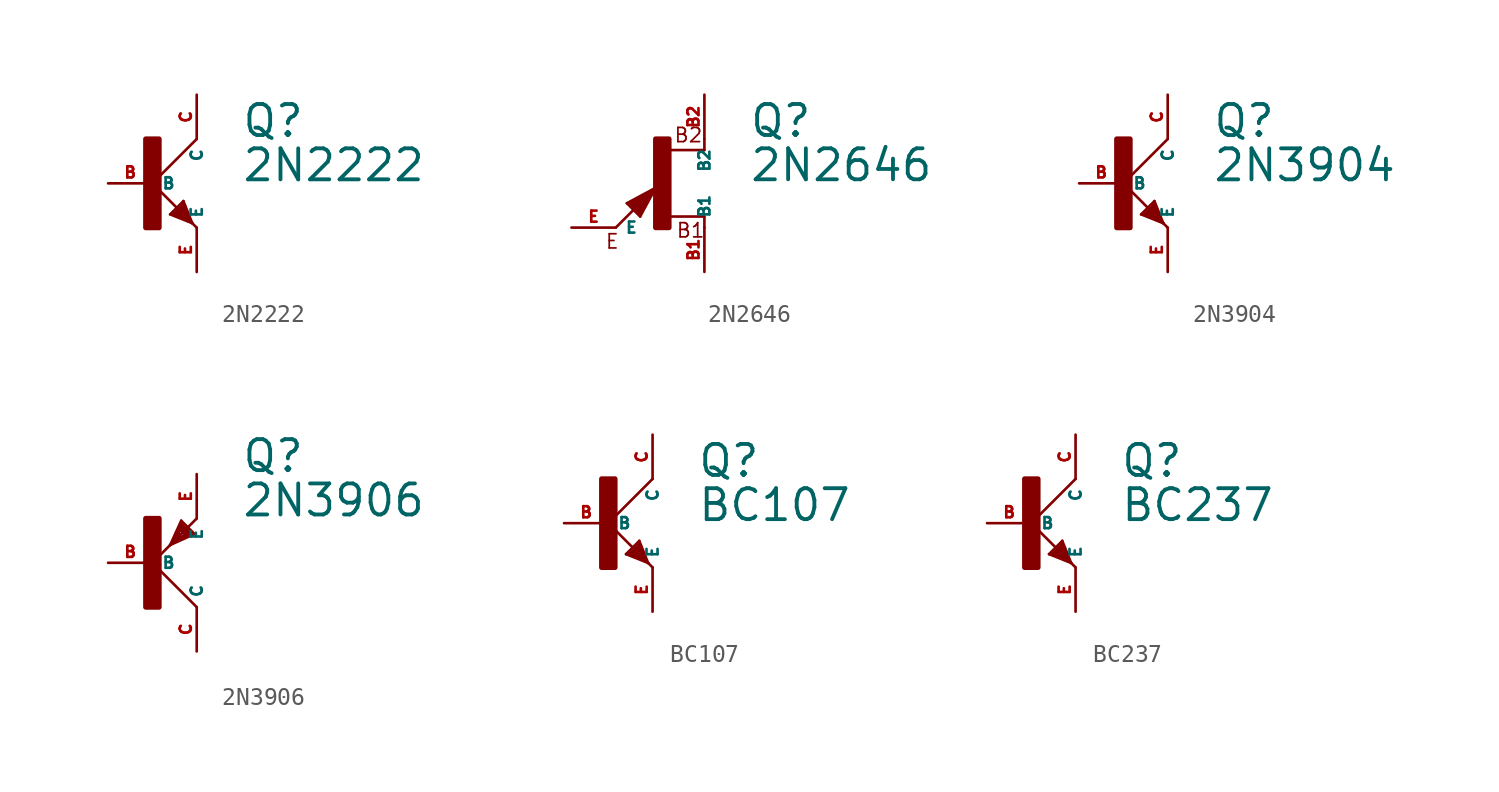
<source format=kicad_sym>
(kicad_symbol_lib
  (version 20220914)
  (generator Eagle2Kicad)
  (symbol "2N2222"
    (property "Reference" "Q"
      (at 5.08 2.54 0)
      (effects (font (size 1.778 1.778) (thickness 0.22)) (justify left bottom)))
    (property "Value" "2N2222"
      (at 5.08 0 0)
      (effects (font (size 1.778 1.778) (thickness 0.22)) (justify left bottom)))
    (polyline
      (pts (xy 2.54 2.54) (xy 0 0))
      (stroke (width 0.152) (type default))
      (fill (type none)))
    (polyline
      (pts (xy 0 0) (xy 2.032 -2.032))
      (stroke (width 0.152) (type default))
      (fill (type none)))
    (polyline
      (pts (xy 2.032 -2.032) (xy 2.286 -2.286))
      (stroke (width 0.152) (type default))
      (fill (type none)))
    (polyline
      (pts (xy 1.778 -1.016) (xy 2.286 -2.286))
      (stroke (width 0.152) (type default))
      (fill (type none)))
    (polyline
      (pts (xy 2.286 -2.286) (xy 2.54 -2.54))
      (stroke (width 0.152) (type default))
      (fill (type none)))
    (polyline
      (pts (xy 2.286 -2.286) (xy 1.016 -1.778))
      (stroke (width 0.152) (type default))
      (fill (type none)))
    (polyline
      (pts (xy 1.016 -1.778) (xy 1.778 -1.016))
      (stroke (width 0.152) (type default))
      (fill (type none)))
    (polyline
      (pts (xy 2.032 -2.032) (xy 1.778 -1.27))
      (stroke (width 0.254) (type default))
      (fill (type none)))
    (polyline
      (pts (xy 1.778 -1.27) (xy 1.27 -1.778))
      (stroke (width 0.254) (type default))
      (fill (type none)))
    (polyline
      (pts (xy 1.27 -1.778) (xy 2.032 -2.032))
      (stroke (width 0.254) (type default))
      (fill (type none)))
    (polyline
      (pts (xy 1.524 -1.778) (xy 1.778 -1.524))
      (stroke (width 0.254) (type default))
      (fill (type none)))
    (rectangle
      (start -0.381 -2.54)
      (end 0.381 2.54)
      (stroke (width 0.3) (type default))
      (fill (type outline)))
    (pin passive line
      (at -2.54 0 0)
      (length 2.54)
      (name "B" (effects (font (size 0.635 0.635) (thickness 0.08)) (justify left bottom)))
      (number "B" (effects (font (size 0.635 0.635) (thickness 0.08)) (justify left bottom))))
    (pin passive line
      (at 2.54 -5.08 90)
      (length 2.54)
      (name "E" (effects (font (size 0.635 0.635) (thickness 0.08)) (justify left bottom)))
      (number "E" (effects (font (size 0.635 0.635) (thickness 0.08)) (justify left bottom))))
    (pin passive line
      (at 2.54 5.08 270)
      (length 2.54)
      (name "C" (effects (font (size 0.635 0.635) (thickness 0.08)) (justify left bottom)))
      (number "C" (effects (font (size 0.635 0.635) (thickness 0.08)) (justify left bottom)))))
  (symbol "2N2646"
    (property "Reference" "Q"
      (at 5.08 2.54 0)
      (effects (font (size 1.778 1.778) (thickness 0.22)) (justify left bottom)))
    (property "Value" "2N2646"
      (at 5.08 0 0)
      (effects (font (size 1.778 1.778) (thickness 0.22)) (justify left bottom)))
    (polyline
      (pts (xy 2.54 1.905) (xy 0.533 1.905))
      (stroke (width 0.152) (type default))
      (fill (type none)))
    (polyline
      (pts (xy 2.54 -1.905) (xy 0.533 -1.905))
      (stroke (width 0.152) (type default))
      (fill (type none)))
    (polyline
      (pts (xy 2.54 -2.54) (xy 2.54 -1.905))
      (stroke (width 0.152) (type default))
      (fill (type none)))
    (polyline
      (pts (xy 2.54 2.54) (xy 2.54 1.905))
      (stroke (width 0.152) (type default))
      (fill (type none)))
    (polyline
      (pts (xy -1.143 -1.905) (xy -1.905 -1.143))
      (stroke (width 0.152) (type default))
      (fill (type none)))
    (polyline
      (pts (xy -0.254 -0.254) (xy -1.143 -1.905))
      (stroke (width 0.152) (type default))
      (fill (type none)))
    (polyline
      (pts (xy -1.905 -1.143) (xy -0.254 -0.254))
      (stroke (width 0.152) (type default))
      (fill (type none)))
    (polyline
      (pts (xy -2.54 -2.54) (xy -0.635 -0.635))
      (stroke (width 0.152) (type default))
      (fill (type none)))
    (polyline
      (pts (xy -0.635 -0.635) (xy -0.254 -0.254))
      (stroke (width 0.152) (type default))
      (fill (type none)))
    (polyline
      (pts (xy -0.635 -0.635) (xy -1.651 -1.143))
      (stroke (width 0.254) (type default))
      (fill (type none)))
    (polyline
      (pts (xy -1.651 -1.143) (xy -1.143 -1.651))
      (stroke (width 0.254) (type default))
      (fill (type none)))
    (polyline
      (pts (xy -1.143 -1.651) (xy -0.635 -0.635))
      (stroke (width 0.254) (type default))
      (fill (type none)))
    (polyline
      (pts (xy -1.27 -1.143) (xy -1.143 -1.27))
      (stroke (width 0.406) (type default))
      (fill (type none)))
    (text "B2"
      (at 0.762 2.286 0)
      (effects (font (size 0.813 0.813) (thickness 0.10)) (justify left bottom)))
    (text "B1"
      (at 0.889 -3.175 0)
      (effects (font (size 0.813 0.813) (thickness 0.10)) (justify left bottom)))
    (text "E"
      (at -3.175 -3.81 0)
      (effects (font (size 0.813 0.813) (thickness 0.10)) (justify left bottom)))
    (rectangle
      (start -0.254 -2.54)
      (end 0.508 2.54)
      (stroke (width 0.3) (type default))
      (fill (type outline)))
    (pin passive line
      (at -5.08 -2.54 0)
      (length 2.54)
      (name "E" (effects (font (size 0.635 0.635) (thickness 0.08)) (justify left bottom)))
      (number "E" (effects (font (size 0.635 0.635) (thickness 0.08)) (justify left bottom))))
    (pin passive line
      (at 2.54 -5.08 90)
      (length 2.54)
      (name "B1" (effects (font (size 0.635 0.635) (thickness 0.08)) (justify left bottom)))
      (number "B1" (effects (font (size 0.635 0.635) (thickness 0.08)) (justify left bottom))))
    (pin passive line
      (at 2.54 5.08 270)
      (length 2.54)
      (name "B2" (effects (font (size 0.635 0.635) (thickness 0.08)) (justify left bottom)))
      (number "B2" (effects (font (size 0.635 0.635) (thickness 0.08)) (justify left bottom)))))
  (symbol "2N3904"
    (property "Reference" "Q"
      (at 5.08 2.54 0)
      (effects (font (size 1.778 1.778) (thickness 0.22)) (justify left bottom)))
    (property "Value" "2N3904"
      (at 5.08 0 0)
      (effects (font (size 1.778 1.778) (thickness 0.22)) (justify left bottom)))
    (polyline
      (pts (xy 2.54 2.54) (xy 0 0))
      (stroke (width 0.152) (type default))
      (fill (type none)))
    (polyline
      (pts (xy 0 0) (xy 2.032 -2.032))
      (stroke (width 0.152) (type default))
      (fill (type none)))
    (polyline
      (pts (xy 2.032 -2.032) (xy 2.286 -2.286))
      (stroke (width 0.152) (type default))
      (fill (type none)))
    (polyline
      (pts (xy 1.778 -1.016) (xy 2.286 -2.286))
      (stroke (width 0.152) (type default))
      (fill (type none)))
    (polyline
      (pts (xy 2.286 -2.286) (xy 2.54 -2.54))
      (stroke (width 0.152) (type default))
      (fill (type none)))
    (polyline
      (pts (xy 2.286 -2.286) (xy 1.016 -1.778))
      (stroke (width 0.152) (type default))
      (fill (type none)))
    (polyline
      (pts (xy 1.016 -1.778) (xy 1.778 -1.016))
      (stroke (width 0.152) (type default))
      (fill (type none)))
    (polyline
      (pts (xy 2.032 -2.032) (xy 1.778 -1.27))
      (stroke (width 0.254) (type default))
      (fill (type none)))
    (polyline
      (pts (xy 1.778 -1.27) (xy 1.27 -1.778))
      (stroke (width 0.254) (type default))
      (fill (type none)))
    (polyline
      (pts (xy 1.27 -1.778) (xy 2.032 -2.032))
      (stroke (width 0.254) (type default))
      (fill (type none)))
    (polyline
      (pts (xy 1.524 -1.778) (xy 1.778 -1.524))
      (stroke (width 0.254) (type default))
      (fill (type none)))
    (rectangle
      (start -0.381 -2.54)
      (end 0.381 2.54)
      (stroke (width 0.3) (type default))
      (fill (type outline)))
    (pin passive line
      (at -2.54 0 0)
      (length 2.54)
      (name "B" (effects (font (size 0.635 0.635) (thickness 0.08)) (justify left bottom)))
      (number "B" (effects (font (size 0.635 0.635) (thickness 0.08)) (justify left bottom))))
    (pin passive line
      (at 2.54 -5.08 90)
      (length 2.54)
      (name "E" (effects (font (size 0.635 0.635) (thickness 0.08)) (justify left bottom)))
      (number "E" (effects (font (size 0.635 0.635) (thickness 0.08)) (justify left bottom))))
    (pin passive line
      (at 2.54 5.08 270)
      (length 2.54)
      (name "C" (effects (font (size 0.635 0.635) (thickness 0.08)) (justify left bottom)))
      (number "C" (effects (font (size 0.635 0.635) (thickness 0.08)) (justify left bottom)))))
  (symbol "2N3906"
    (property "Reference" "Q"
      (at 5.08 5.08 0)
      (effects (font (size 1.778 1.778) (thickness 0.22)) (justify left bottom)))
    (property "Value" "2N3906"
      (at 5.08 2.54 0)
      (effects (font (size 1.778 1.778) (thickness 0.22)) (justify left bottom)))
    (polyline
      (pts (xy 2.54 -2.54) (xy 0 0))
      (stroke (width 0.152) (type default))
      (fill (type none)))
    (polyline
      (pts (xy 0 0) (xy 1.016 1.016))
      (stroke (width 0.152) (type default))
      (fill (type none)))
    (polyline
      (pts (xy 1.651 2.413) (xy 1.016 1.016))
      (stroke (width 0.152) (type default))
      (fill (type none)))
    (polyline
      (pts (xy 1.016 1.016) (xy 1.27 1.27))
      (stroke (width 0.152) (type default))
      (fill (type none)))
    (polyline
      (pts (xy 1.27 1.27) (xy 2.54 2.54))
      (stroke (width 0.152) (type default))
      (fill (type none)))
    (polyline
      (pts (xy 1.016 1.016) (xy 2.413 1.651))
      (stroke (width 0.152) (type default))
      (fill (type none)))
    (polyline
      (pts (xy 2.413 1.651) (xy 1.651 2.413))
      (stroke (width 0.152) (type default))
      (fill (type none)))
    (polyline
      (pts (xy 1.27 1.27) (xy 1.651 2.159))
      (stroke (width 0.254) (type default))
      (fill (type none)))
    (polyline
      (pts (xy 1.651 2.159) (xy 2.159 1.651))
      (stroke (width 0.254) (type default))
      (fill (type none)))
    (polyline
      (pts (xy 2.159 1.651) (xy 1.27 1.27))
      (stroke (width 0.254) (type default))
      (fill (type none)))
    (polyline
      (pts (xy 1.651 1.905) (xy 1.905 1.651))
      (stroke (width 0.254) (type default))
      (fill (type none)))
    (rectangle
      (start -0.381 -2.54)
      (end 0.381 2.54)
      (stroke (width 0.3) (type default))
      (fill (type outline)))
    (pin passive line
      (at -2.54 0 0)
      (length 2.54)
      (name "B" (effects (font (size 0.635 0.635) (thickness 0.08)) (justify left bottom)))
      (number "B" (effects (font (size 0.635 0.635) (thickness 0.08)) (justify left bottom))))
    (pin passive line
      (at 2.54 5.08 270)
      (length 2.54)
      (name "E" (effects (font (size 0.635 0.635) (thickness 0.08)) (justify left bottom)))
      (number "E" (effects (font (size 0.635 0.635) (thickness 0.08)) (justify left bottom))))
    (pin passive line
      (at 2.54 -5.08 90)
      (length 2.54)
      (name "C" (effects (font (size 0.635 0.635) (thickness 0.08)) (justify left bottom)))
      (number "C" (effects (font (size 0.635 0.635) (thickness 0.08)) (justify left bottom)))))
  (symbol "BC107"
    (property "Reference" "Q"
      (at 5.08 2.54 0)
      (effects (font (size 1.778 1.778) (thickness 0.22)) (justify left bottom)))
    (property "Value" "BC107"
      (at 5.08 0 0)
      (effects (font (size 1.778 1.778) (thickness 0.22)) (justify left bottom)))
    (polyline
      (pts (xy 2.54 2.54) (xy 0 0))
      (stroke (width 0.152) (type default))
      (fill (type none)))
    (polyline
      (pts (xy 0 0) (xy 2.032 -2.032))
      (stroke (width 0.152) (type default))
      (fill (type none)))
    (polyline
      (pts (xy 2.032 -2.032) (xy 2.286 -2.286))
      (stroke (width 0.152) (type default))
      (fill (type none)))
    (polyline
      (pts (xy 1.778 -1.016) (xy 2.286 -2.286))
      (stroke (width 0.152) (type default))
      (fill (type none)))
    (polyline
      (pts (xy 2.286 -2.286) (xy 2.54 -2.54))
      (stroke (width 0.152) (type default))
      (fill (type none)))
    (polyline
      (pts (xy 2.286 -2.286) (xy 1.016 -1.778))
      (stroke (width 0.152) (type default))
      (fill (type none)))
    (polyline
      (pts (xy 1.016 -1.778) (xy 1.778 -1.016))
      (stroke (width 0.152) (type default))
      (fill (type none)))
    (polyline
      (pts (xy 2.032 -2.032) (xy 1.778 -1.27))
      (stroke (width 0.254) (type default))
      (fill (type none)))
    (polyline
      (pts (xy 1.778 -1.27) (xy 1.27 -1.778))
      (stroke (width 0.254) (type default))
      (fill (type none)))
    (polyline
      (pts (xy 1.27 -1.778) (xy 2.032 -2.032))
      (stroke (width 0.254) (type default))
      (fill (type none)))
    (polyline
      (pts (xy 1.524 -1.778) (xy 1.778 -1.524))
      (stroke (width 0.254) (type default))
      (fill (type none)))
    (rectangle
      (start -0.381 -2.54)
      (end 0.381 2.54)
      (stroke (width 0.3) (type default))
      (fill (type outline)))
    (pin passive line
      (at -2.54 0 0)
      (length 2.54)
      (name "B" (effects (font (size 0.635 0.635) (thickness 0.08)) (justify left bottom)))
      (number "B" (effects (font (size 0.635 0.635) (thickness 0.08)) (justify left bottom))))
    (pin passive line
      (at 2.54 -5.08 90)
      (length 2.54)
      (name "E" (effects (font (size 0.635 0.635) (thickness 0.08)) (justify left bottom)))
      (number "E" (effects (font (size 0.635 0.635) (thickness 0.08)) (justify left bottom))))
    (pin passive line
      (at 2.54 5.08 270)
      (length 2.54)
      (name "C" (effects (font (size 0.635 0.635) (thickness 0.08)) (justify left bottom)))
      (number "C" (effects (font (size 0.635 0.635) (thickness 0.08)) (justify left bottom)))))
  (symbol "BC237"
    (property "Reference" "Q"
      (at 5.08 2.54 0)
      (effects (font (size 1.778 1.778) (thickness 0.22)) (justify left bottom)))
    (property "Value" "BC237"
      (at 5.08 0 0)
      (effects (font (size 1.778 1.778) (thickness 0.22)) (justify left bottom)))
    (polyline
      (pts (xy 2.54 2.54) (xy 0 0))
      (stroke (width 0.152) (type default))
      (fill (type none)))
    (polyline
      (pts (xy 0 0) (xy 2.032 -2.032))
      (stroke (width 0.152) (type default))
      (fill (type none)))
    (polyline
      (pts (xy 2.032 -2.032) (xy 2.286 -2.286))
      (stroke (width 0.152) (type default))
      (fill (type none)))
    (polyline
      (pts (xy 1.778 -1.016) (xy 2.286 -2.286))
      (stroke (width 0.152) (type default))
      (fill (type none)))
    (polyline
      (pts (xy 2.286 -2.286) (xy 2.54 -2.54))
      (stroke (width 0.152) (type default))
      (fill (type none)))
    (polyline
      (pts (xy 2.286 -2.286) (xy 1.016 -1.778))
      (stroke (width 0.152) (type default))
      (fill (type none)))
    (polyline
      (pts (xy 1.016 -1.778) (xy 1.778 -1.016))
      (stroke (width 0.152) (type default))
      (fill (type none)))
    (polyline
      (pts (xy 2.032 -2.032) (xy 1.778 -1.27))
      (stroke (width 0.254) (type default))
      (fill (type none)))
    (polyline
      (pts (xy 1.778 -1.27) (xy 1.27 -1.778))
      (stroke (width 0.254) (type default))
      (fill (type none)))
    (polyline
      (pts (xy 1.27 -1.778) (xy 2.032 -2.032))
      (stroke (width 0.254) (type default))
      (fill (type none)))
    (polyline
      (pts (xy 1.524 -1.778) (xy 1.778 -1.524))
      (stroke (width 0.254) (type default))
      (fill (type none)))
    (rectangle
      (start -0.381 -2.54)
      (end 0.381 2.54)
      (stroke (width 0.3) (type default))
      (fill (type outline)))
    (pin passive line
      (at -2.54 0 0)
      (length 2.54)
      (name "B" (effects (font (size 0.635 0.635) (thickness 0.08)) (justify left bottom)))
      (number "B" (effects (font (size 0.635 0.635) (thickness 0.08)) (justify left bottom))))
    (pin passive line
      (at 2.54 -5.08 90)
      (length 2.54)
      (name "E" (effects (font (size 0.635 0.635) (thickness 0.08)) (justify left bottom)))
      (number "E" (effects (font (size 0.635 0.635) (thickness 0.08)) (justify left bottom))))
    (pin passive line
      (at 2.54 5.08 270)
      (length 2.54)
      (name "C" (effects (font (size 0.635 0.635) (thickness 0.08)) (justify left bottom)))
      (number "C" (effects (font (size 0.635 0.635) (thickness 0.08)) (justify left bottom))))))
</source>
